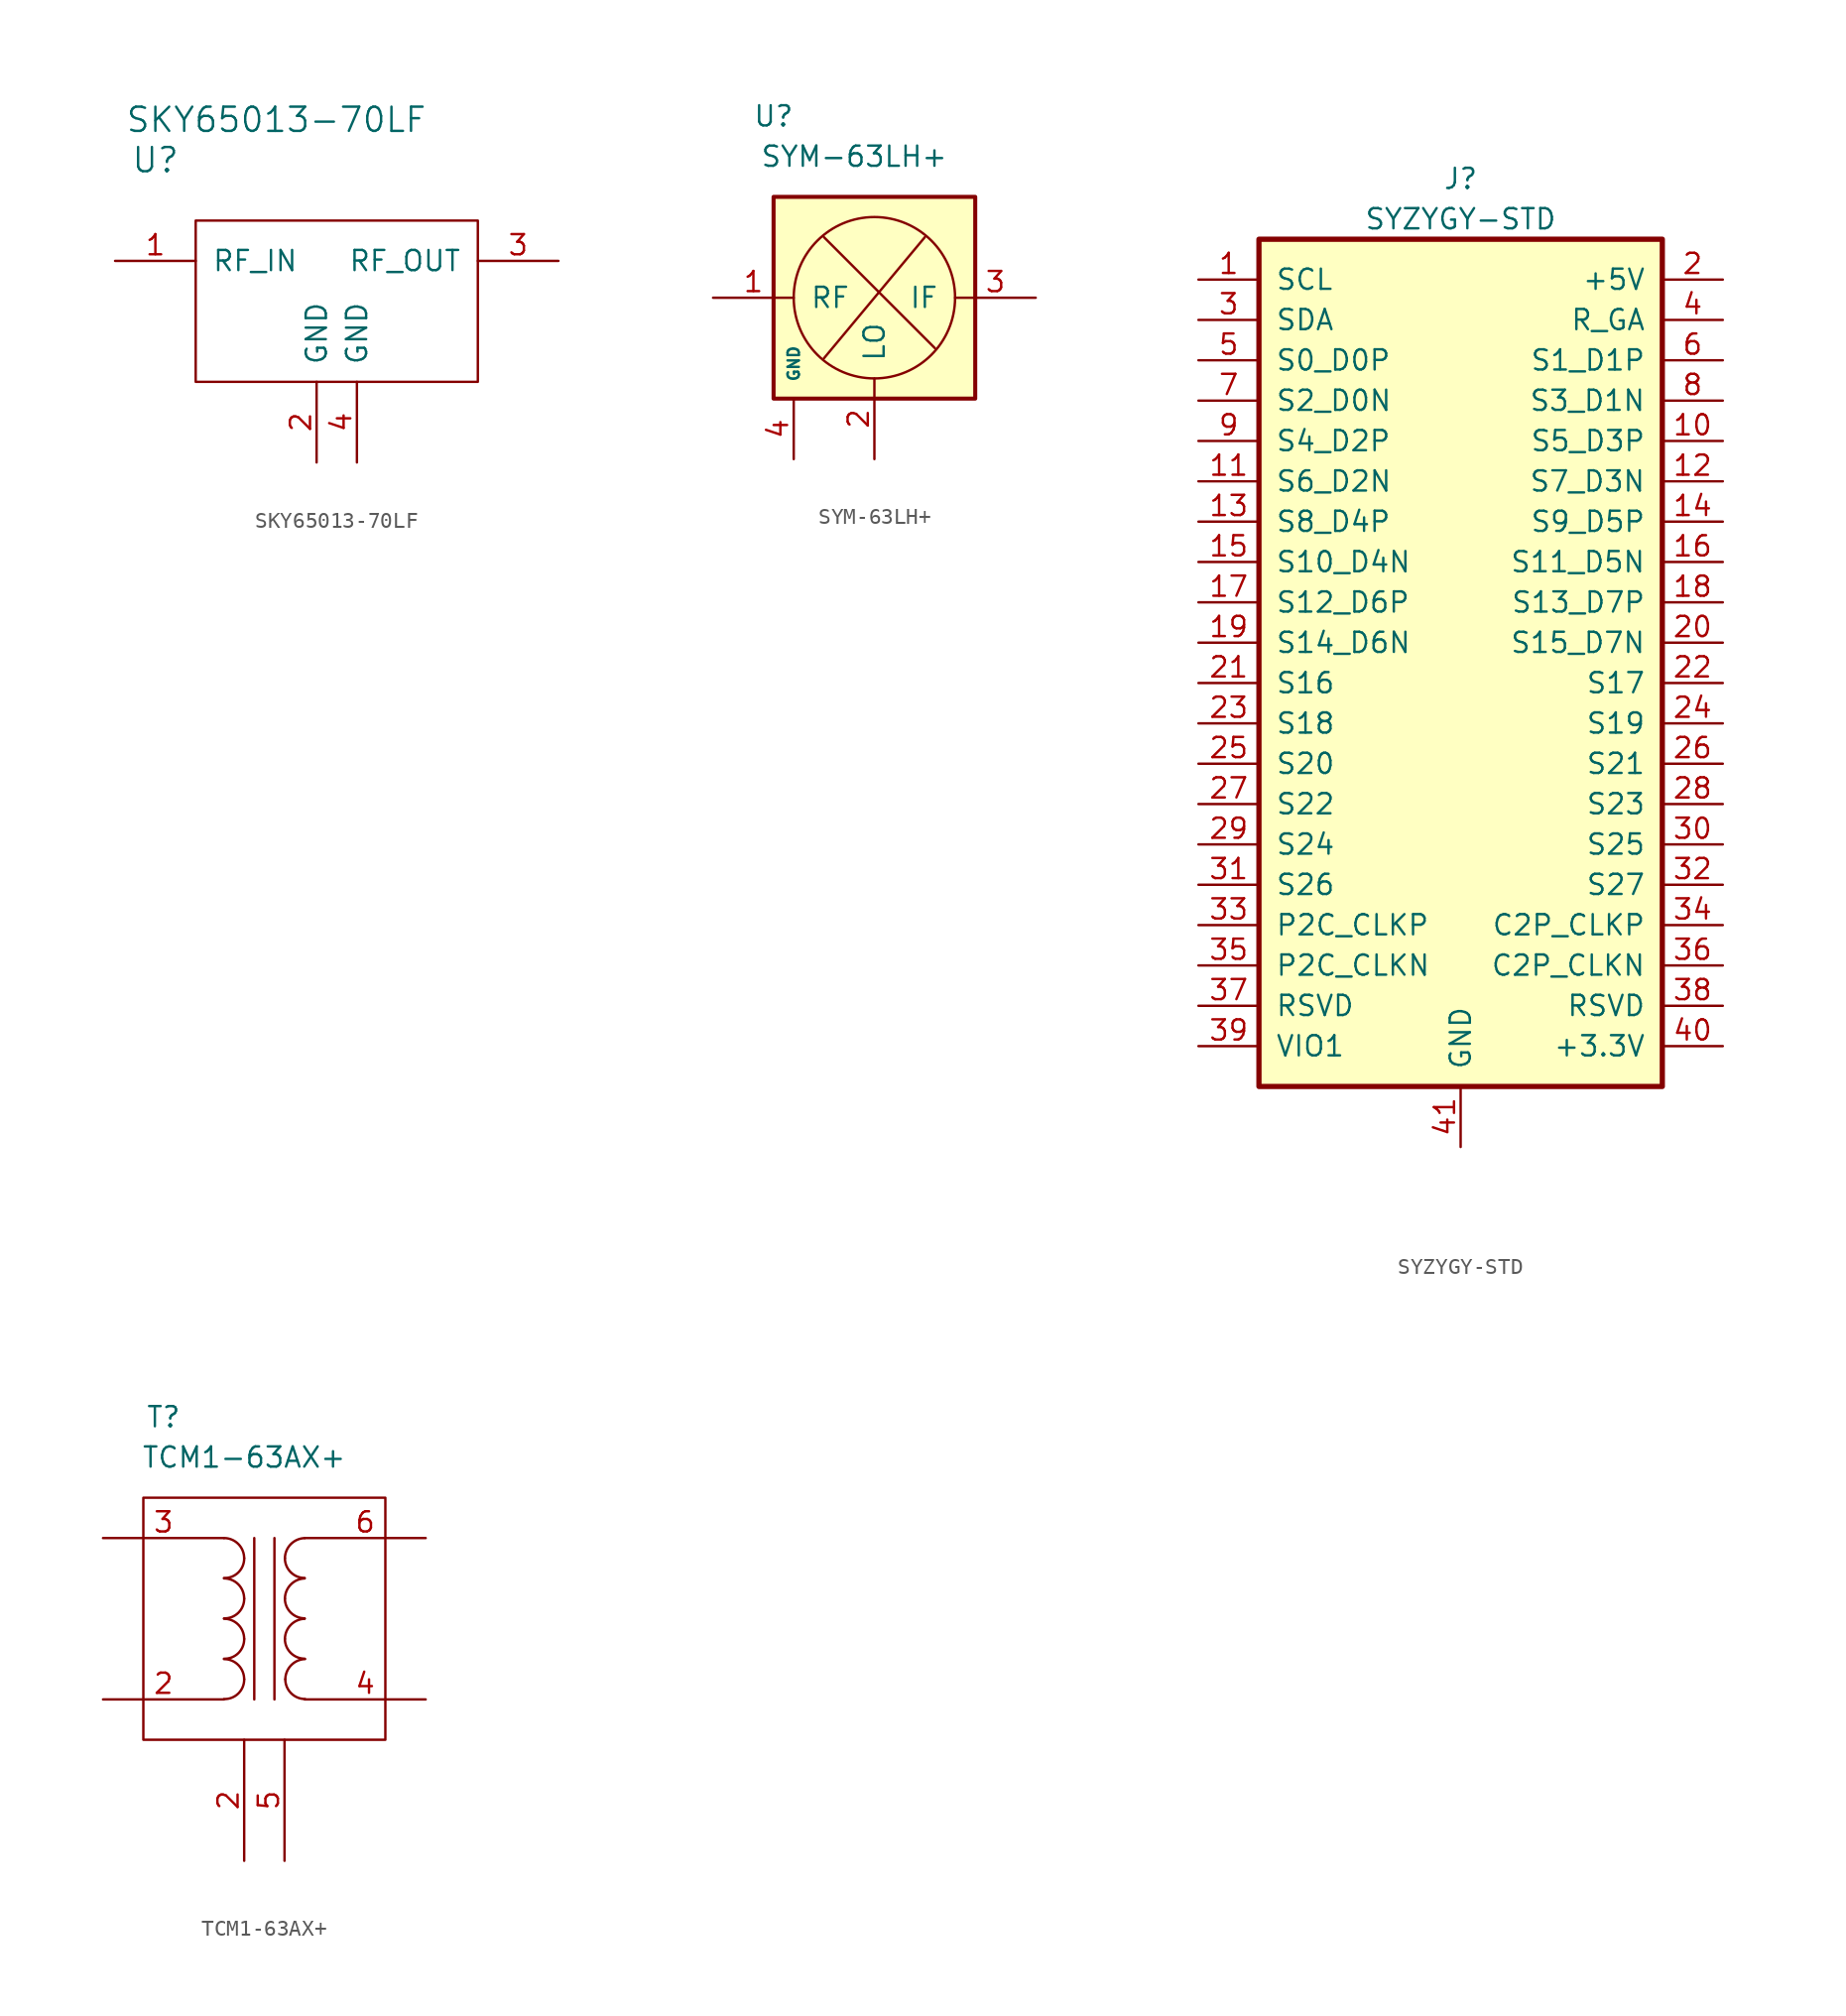
<source format=kicad_sym>
(kicad_symbol_lib
  (version 20201005)
  (generator kicad_symbol_editor)
  (symbol "vna_mm:SKY65013-70LF"
    (pin_names
      (offset 1.016))
    (property "Reference" "U"
      (at -11.43 6.35 0)
      (effects (font (size 1.524 1.524))))
    (property "Value" "SKY65013-70LF"
      (at -3.81 8.89 0)
      (effects (font (size 1.524 1.524))))
    (symbol "SKY65013-70LF_0_1"
      (rectangle (start 8.89 2.54) (end -8.89 -7.62) (stroke (width 0)) (fill (type none))))
    (symbol "SKY65013-70LF_1_1"
      (pin input line (at -13.97 0 0) (length 5.08) (name "RF_IN" (effects (font (size 1.27 1.27)))) (number "1" (effects (font (size 1.27 1.27)))))
      (pin power_in line (at -1.27 -12.7 90) (length 5.08) (name "GND" (effects (font (size 1.27 1.27)))) (number "2" (effects (font (size 1.27 1.27)))))
      (pin output line (at 13.97 0 180) (length 5.08) (name "RF_OUT" (effects (font (size 1.27 1.27)))) (number "3" (effects (font (size 1.27 1.27)))))
      (pin power_in line (at 1.27 -12.7 90) (length 5.08) (name "GND" (effects (font (size 1.27 1.27)))) (number "4" (effects (font (size 1.27 1.27)))))))
  (symbol "vna_mm:SYM-63LH+"
    (pin_names
      (offset 1.016))
    (property "Reference" "U"
      (at -6.35 11.43 0)
      (effects (font (size 1.27 1.27))))
    (property "Value" "SYM-63LH+"
      (at -1.27 8.89 0)
      (effects (font (size 1.27 1.27))))
    (symbol "SYM-63LH+_1_1"
      (circle (center 0 0) (radius 5.08) (stroke (width 0)) (fill (type none)))
      (rectangle (start -6.35 6.35) (end 6.35 -6.35) (stroke (width 0.254)) (fill (type background)))
      (polyline (pts (xy -3.175 -3.81) (xy 3.175 3.81)) (stroke (width 0)) (fill (type none)))
      (polyline (pts (xy 3.81 -3.175) (xy -3.175 3.81)) (stroke (width 0)) (fill (type none)))
      (pin input line (at -10.16 0 0) (length 5.08) (name "RF" (effects (font (size 1.27 1.27)))) (number "1" (effects (font (size 1.27 1.27)))))
      (pin input line (at 0 -10.16 90) (length 5.08) (name "LO" (effects (font (size 1.27 1.27)))) (number "2" (effects (font (size 1.27 1.27)))))
      (pin output line (at 10.16 0 180) (length 5.08) (name "IF" (effects (font (size 1.27 1.27)))) (number "3" (effects (font (size 1.27 1.27)))))
      (pin power_in line (at -5.08 -10.16 90) (length 3.81) (name "GND" (effects (font (size 0.711 0.711)))) (number "4" (effects (font (size 1.27 1.27)))))
      (pin power_in line (at -5.08 -10.16 90) (length 3.81) hide (name "GND" (effects (font (size 1.27 1.27)))) (number "5" (effects (font (size 1.27 1.27)))))
      (pin power_in line (at -5.08 -10.16 90) (length 3.81) hide (name "GND" (effects (font (size 1.27 1.27)))) (number "6" (effects (font (size 1.27 1.27)))))))
  (symbol "vna_mm:SYZYGY-STD"
    (pin_names
      (offset 1.016))
    (property "Reference" "J"
      (at 0 27.94 0)
      (effects (font (size 1.27 1.27))))
    (property "Value" "SYZYGY-STD"
      (at 0 25.4 0)
      (effects (font (size 1.27 1.27))))
    (symbol "SYZYGY-STD_0_1"
      (rectangle (start -12.7 24.13) (end 12.7 -29.21) (stroke (width 0.33)) (fill (type background))))
    (symbol "SYZYGY-STD_1_1"
      (pin input line (at -16.51 21.59 0) (length 3.81) (name "SCL" (effects (font (size 1.27 1.27)))) (number "1" (effects (font (size 1.27 1.27)))))
      (pin input line (at 16.51 11.43 180) (length 3.81) (name "S5_D3P" (effects (font (size 1.27 1.27)))) (number "10" (effects (font (size 1.27 1.27)))))
      (pin input line (at -16.51 8.89 0) (length 3.81) (name "S6_D2N" (effects (font (size 1.27 1.27)))) (number "11" (effects (font (size 1.27 1.27)))))
      (pin input line (at 16.51 8.89 180) (length 3.81) (name "S7_D3N" (effects (font (size 1.27 1.27)))) (number "12" (effects (font (size 1.27 1.27)))))
      (pin input line (at -16.51 6.35 0) (length 3.81) (name "S8_D4P" (effects (font (size 1.27 1.27)))) (number "13" (effects (font (size 1.27 1.27)))))
      (pin input line (at 16.51 6.35 180) (length 3.81) (name "S9_D5P" (effects (font (size 1.27 1.27)))) (number "14" (effects (font (size 1.27 1.27)))))
      (pin input line (at -16.51 3.81 0) (length 3.81) (name "S10_D4N" (effects (font (size 1.27 1.27)))) (number "15" (effects (font (size 1.27 1.27)))))
      (pin input line (at 16.51 3.81 180) (length 3.81) (name "S11_D5N" (effects (font (size 1.27 1.27)))) (number "16" (effects (font (size 1.27 1.27)))))
      (pin input line (at -16.51 1.27 0) (length 3.81) (name "S12_D6P" (effects (font (size 1.27 1.27)))) (number "17" (effects (font (size 1.27 1.27)))))
      (pin input line (at 16.51 1.27 180) (length 3.81) (name "S13_D7P" (effects (font (size 1.27 1.27)))) (number "18" (effects (font (size 1.27 1.27)))))
      (pin input line (at -16.51 -1.27 0) (length 3.81) (name "S14_D6N" (effects (font (size 1.27 1.27)))) (number "19" (effects (font (size 1.27 1.27)))))
      (pin input line (at 16.51 21.59 180) (length 3.81) (name "+5V" (effects (font (size 1.27 1.27)))) (number "2" (effects (font (size 1.27 1.27)))))
      (pin input line (at 16.51 -1.27 180) (length 3.81) (name "S15_D7N" (effects (font (size 1.27 1.27)))) (number "20" (effects (font (size 1.27 1.27)))))
      (pin input line (at -16.51 -3.81 0) (length 3.81) (name "S16" (effects (font (size 1.27 1.27)))) (number "21" (effects (font (size 1.27 1.27)))))
      (pin input line (at 16.51 -3.81 180) (length 3.81) (name "S17" (effects (font (size 1.27 1.27)))) (number "22" (effects (font (size 1.27 1.27)))))
      (pin input line (at -16.51 -6.35 0) (length 3.81) (name "S18" (effects (font (size 1.27 1.27)))) (number "23" (effects (font (size 1.27 1.27)))))
      (pin input line (at 16.51 -6.35 180) (length 3.81) (name "S19" (effects (font (size 1.27 1.27)))) (number "24" (effects (font (size 1.27 1.27)))))
      (pin input line (at -16.51 -8.89 0) (length 3.81) (name "S20" (effects (font (size 1.27 1.27)))) (number "25" (effects (font (size 1.27 1.27)))))
      (pin input line (at 16.51 -8.89 180) (length 3.81) (name "S21" (effects (font (size 1.27 1.27)))) (number "26" (effects (font (size 1.27 1.27)))))
      (pin input line (at -16.51 -11.43 0) (length 3.81) (name "S22" (effects (font (size 1.27 1.27)))) (number "27" (effects (font (size 1.27 1.27)))))
      (pin input line (at 16.51 -11.43 180) (length 3.81) (name "S23" (effects (font (size 1.27 1.27)))) (number "28" (effects (font (size 1.27 1.27)))))
      (pin input line (at -16.51 -13.97 0) (length 3.81) (name "S24" (effects (font (size 1.27 1.27)))) (number "29" (effects (font (size 1.27 1.27)))))
      (pin input line (at -16.51 19.05 0) (length 3.81) (name "SDA" (effects (font (size 1.27 1.27)))) (number "3" (effects (font (size 1.27 1.27)))))
      (pin input line (at 16.51 -13.97 180) (length 3.81) (name "S25" (effects (font (size 1.27 1.27)))) (number "30" (effects (font (size 1.27 1.27)))))
      (pin input line (at -16.51 -16.51 0) (length 3.81) (name "S26" (effects (font (size 1.27 1.27)))) (number "31" (effects (font (size 1.27 1.27)))))
      (pin input line (at 16.51 -16.51 180) (length 3.81) (name "S27" (effects (font (size 1.27 1.27)))) (number "32" (effects (font (size 1.27 1.27)))))
      (pin input line (at -16.51 -19.05 0) (length 3.81) (name "P2C_CLKP" (effects (font (size 1.27 1.27)))) (number "33" (effects (font (size 1.27 1.27)))))
      (pin input line (at 16.51 -19.05 180) (length 3.81) (name "C2P_CLKP" (effects (font (size 1.27 1.27)))) (number "34" (effects (font (size 1.27 1.27)))))
      (pin input line (at -16.51 -21.59 0) (length 3.81) (name "P2C_CLKN" (effects (font (size 1.27 1.27)))) (number "35" (effects (font (size 1.27 1.27)))))
      (pin input line (at 16.51 -21.59 180) (length 3.81) (name "C2P_CLKN" (effects (font (size 1.27 1.27)))) (number "36" (effects (font (size 1.27 1.27)))))
      (pin input line (at -16.51 -24.13 0) (length 3.81) (name "RSVD" (effects (font (size 1.27 1.27)))) (number "37" (effects (font (size 1.27 1.27)))))
      (pin input line (at 16.51 -24.13 180) (length 3.81) (name "RSVD" (effects (font (size 1.27 1.27)))) (number "38" (effects (font (size 1.27 1.27)))))
      (pin input line (at -16.51 -26.67 0) (length 3.81) (name "VIO1" (effects (font (size 1.27 1.27)))) (number "39" (effects (font (size 1.27 1.27)))))
      (pin input line (at 16.51 19.05 180) (length 3.81) (name "R_GA" (effects (font (size 1.27 1.27)))) (number "4" (effects (font (size 1.27 1.27)))))
      (pin input line (at 16.51 -26.67 180) (length 3.81) (name "+3.3V" (effects (font (size 1.27 1.27)))) (number "40" (effects (font (size 1.27 1.27)))))
      (pin input line (at 0 -33.02 90) (length 3.81) (name "GND" (effects (font (size 1.27 1.27)))) (number "41" (effects (font (size 1.27 1.27)))))
      (pin input line (at -16.51 16.51 0) (length 3.81) (name "S0_D0P" (effects (font (size 1.27 1.27)))) (number "5" (effects (font (size 1.27 1.27)))))
      (pin input line (at 16.51 16.51 180) (length 3.81) (name "S1_D1P" (effects (font (size 1.27 1.27)))) (number "6" (effects (font (size 1.27 1.27)))))
      (pin input line (at -16.51 13.97 0) (length 3.81) (name "S2_D0N" (effects (font (size 1.27 1.27)))) (number "7" (effects (font (size 1.27 1.27)))))
      (pin input line (at 16.51 13.97 180) (length 3.81) (name "S3_D1N" (effects (font (size 1.27 1.27)))) (number "8" (effects (font (size 1.27 1.27)))))
      (pin input line (at -16.51 11.43 0) (length 3.81) (name "S4_D2P" (effects (font (size 1.27 1.27)))) (number "9" (effects (font (size 1.27 1.27)))))))
  (symbol "vna_mm:TCM1-63AX+"
    (pin_names
      (offset 1.016) hide)
    (property "Reference" "T"
      (at -6.35 12.7 0)
      (effects (font (size 1.27 1.27))))
    (property "Value" "TCM1-63AX+"
      (at -1.27 10.16 0)
      (effects (font (size 1.27 1.27))))
    (symbol "TCM1-63AX+_0_1"
      (arc (start -2.54 -2.54) (end -1.27 -3.81) (radius (at -2.54 -3.81) (length 1.27) (angles 89.9 0.1)) (stroke (width 0)) (fill (type none)))
      (arc (start -1.27 -3.81) (end -2.54 -5.0546) (radius (at -2.54 -3.81) (length 1.27) (angles -0.1 -89.9)) (stroke (width 0)) (fill (type none)))
      (arc (start -2.54 0) (end -1.27 -1.27) (radius (at -2.54 -1.27) (length 1.27) (angles 89.9 0.1)) (stroke (width 0)) (fill (type none)))
      (arc (start -1.27 -1.27) (end -2.54 -2.5146) (radius (at -2.54 -1.27) (length 1.27) (angles -0.1 -89.9)) (stroke (width 0)) (fill (type none)))
      (arc (start -2.54 2.54) (end -1.27 1.27) (radius (at -2.54 1.27) (length 1.27) (angles 89.9 0.1)) (stroke (width 0)) (fill (type none)))
      (arc (start -1.27 1.27) (end -2.54 0.0254) (radius (at -2.54 1.27) (length 1.27) (angles -0.1 -89.9)) (stroke (width 0)) (fill (type none)))
      (arc (start -2.54 5.08) (end -1.27 3.81) (radius (at -2.54 3.81) (length 1.27) (angles 89.9 0.1)) (stroke (width 0)) (fill (type none)))
      (arc (start -1.27 3.81) (end -2.54 2.5654) (radius (at -2.54 3.81) (length 1.27) (angles -0.1 -89.9)) (stroke (width 0)) (fill (type none)))
      (arc (start 2.54 0) (end 1.2954 -1.27) (radius (at 2.54 -1.27) (length 1.27) (angles 89.9 -179.9)) (stroke (width 0)) (fill (type none)))
      (arc (start 1.2954 -1.27) (end 2.54 -2.5146) (radius (at 2.54 -1.27) (length 1.27) (angles 179.9 -89.9)) (stroke (width 0)) (fill (type none)))
      (arc (start 2.54 2.54) (end 1.2954 1.27) (radius (at 2.54 1.27) (length 1.27) (angles 89.9 -179.9)) (stroke (width 0)) (fill (type none)))
      (arc (start 1.2954 1.27) (end 2.54 0.0254) (radius (at 2.54 1.27) (length 1.27) (angles 179.9 -89.9)) (stroke (width 0)) (fill (type none)))
      (arc (start 2.54 5.08) (end 1.2954 3.81) (radius (at 2.54 3.81) (length 1.27) (angles 89.9 -179.9)) (stroke (width 0)) (fill (type none)))
      (arc (start 1.2954 3.81) (end 2.54 2.5654) (radius (at 2.54 3.81) (length 1.27) (angles 179.9 -89.9)) (stroke (width 0)) (fill (type none)))
      (arc (start 2.5654 -2.54) (end 1.3208 -3.81) (radius (at 2.5654 -3.81) (length 1.27) (angles 91 -179.9)) (stroke (width 0)) (fill (type none)))
      (arc (start 2.5654 -5.0546) (end 1.3208 -3.81) (radius (at 2.5654 -3.81) (length 1.27) (angles -91.2 -179.9)) (stroke (width 0)) (fill (type none)))
      (rectangle (start -7.62 7.62) (end 7.62 -7.62) (stroke (width 0)) (fill (type none)))
      (polyline (pts (xy -0.635 5.08) (xy -0.635 -5.08)) (stroke (width 0)) (fill (type none)))
      (polyline (pts (xy 0.635 -5.08) (xy 0.635 5.08)) (stroke (width 0)) (fill (type none))))
    (symbol "TCM1-63AX+_1_1"
      (pin passive line (at -10.16 -5.08 0) (length 7.62) (name "AB" (effects (font (size 1.27 1.27)))) (number "2" (effects (font (size 1.27 1.27)))))
      (pin passive line (at -1.27 -15.24 90) (length 7.62) (name "NC" (effects (font (size 1.27 1.27)))) (number "2" (effects (font (size 1.27 1.27)))))
      (pin passive line (at -10.16 5.08 0) (length 7.62) (name "AA" (effects (font (size 1.27 1.27)))) (number "3" (effects (font (size 1.27 1.27)))))
      (pin passive line (at 10.16 -5.08 180) (length 7.62) (name "SA" (effects (font (size 1.27 1.27)))) (number "4" (effects (font (size 1.27 1.27)))))
      (pin passive line (at 1.27 -15.24 90) (length 7.62) (name "NC" (effects (font (size 1.27 1.27)))) (number "5" (effects (font (size 1.27 1.27)))))
      (pin passive line (at 10.16 5.08 180) (length 7.62) (name "SB" (effects (font (size 1.27 1.27)))) (number "6" (effects (font (size 1.27 1.27))))))))
</source>
